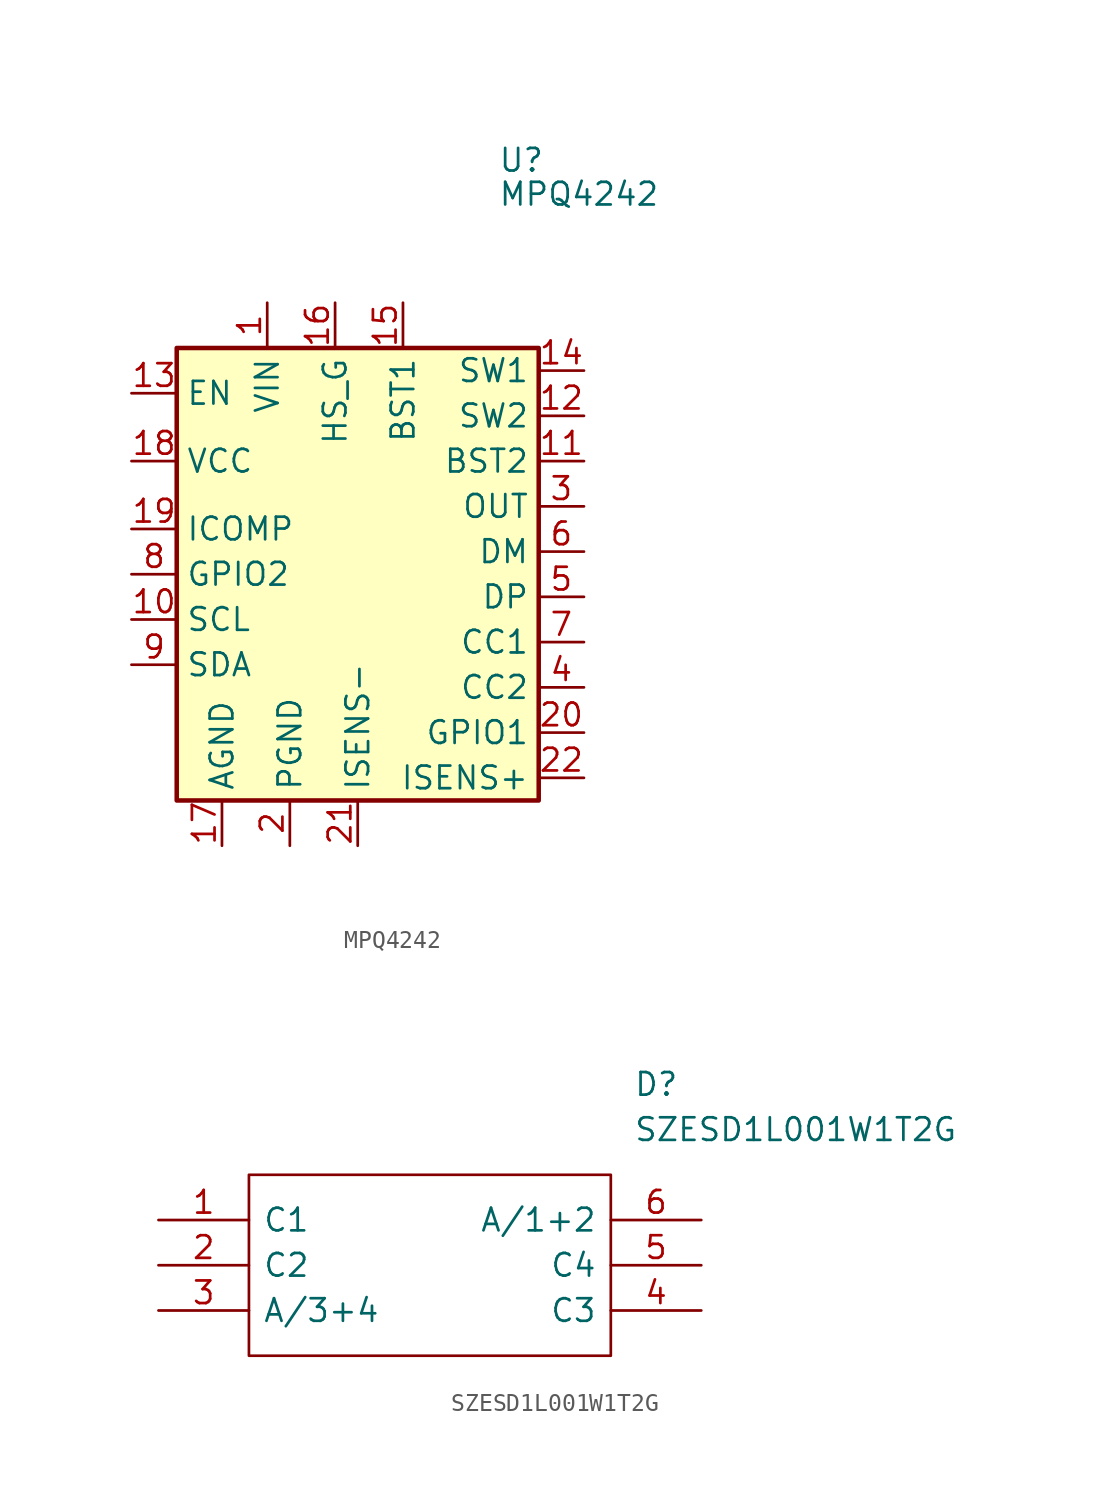
<source format=kicad_sym>
(kicad_symbol_lib
  (version 20231120)
  (generator "kicad_symbol_editor")
  (generator_version "8.0")
  (symbol "MPQ4242"
    (property "Reference" "U"
      (at 7.874 21.971 0)
      (effects (font (size 1.27 1.27)) (justify left)))
    (property "Value" "MPQ4242"
      (at 7.874 20.066 0)
      (effects (font (size 1.27 1.27)) (justify left)))
    (symbol "MPQ4242_0_1"
      (rectangle (start -10.16 11.43) (end 10.16 -13.97) (stroke (width 0.254) (type default)) (fill (type background))))
    (symbol "MPQ4242_1_1"
      (pin power_in line (at -5.08 13.97 270) (length 2.54) (name "VIN" (effects (font (size 1.27 1.27)))) (number "1" (effects (font (size 1.27 1.27)))))
      (pin passive line (at -12.7 -3.81 0) (length 2.54) (name "SCL" (effects (font (size 1.27 1.27)))) (number "10" (effects (font (size 1.27 1.27)))))
      (pin passive line (at 12.7 5.08 180) (length 2.54) (name "BST2" (effects (font (size 1.27 1.27)))) (number "11" (effects (font (size 1.27 1.27)))))
      (pin output line (at 12.7 7.62 180) (length 2.54) (name "SW2" (effects (font (size 1.27 1.27)))) (number "12" (effects (font (size 1.27 1.27)))))
      (pin passive line (at -12.7 8.89 0) (length 2.54) (name "EN" (effects (font (size 1.27 1.27)))) (number "13" (effects (font (size 1.27 1.27)))))
      (pin output line (at 12.7 10.16 180) (length 2.54) (name "SW1" (effects (font (size 1.27 1.27)))) (number "14" (effects (font (size 1.27 1.27)))))
      (pin passive line (at 2.54 13.97 270) (length 2.54) (name "BST1" (effects (font (size 1.27 1.27)))) (number "15" (effects (font (size 1.27 1.27)))))
      (pin passive line (at -1.27 13.97 270) (length 2.54) (name "HS_G" (effects (font (size 1.27 1.27)))) (number "16" (effects (font (size 1.27 1.27)))))
      (pin power_in line (at -7.62 -16.51 90) (length 2.54) (name "AGND" (effects (font (size 1.27 1.27)))) (number "17" (effects (font (size 1.27 1.27)))))
      (pin passive line (at -12.7 5.08 0) (length 2.54) (name "VCC" (effects (font (size 1.27 1.27)))) (number "18" (effects (font (size 1.27 1.27)))))
      (pin passive line (at -12.7 1.27 0) (length 2.54) (name "ICOMP" (effects (font (size 1.27 1.27)))) (number "19" (effects (font (size 1.27 1.27)))))
      (pin power_in line (at -3.81 -16.51 90) (length 2.54) (name "PGND" (effects (font (size 1.27 1.27)))) (number "2" (effects (font (size 1.27 1.27)))))
      (pin passive line (at 12.7 -10.16 180) (length 2.54) (name "GPIO1" (effects (font (size 1.27 1.27)))) (number "20" (effects (font (size 1.27 1.27)))))
      (pin passive line (at 0 -16.51 90) (length 2.54) (name "ISENS-" (effects (font (size 1.27 1.27)))) (number "21" (effects (font (size 1.27 1.27)))))
      (pin passive line (at 12.7 -12.7 180) (length 2.54) (name "ISENS+" (effects (font (size 1.27 1.27)))) (number "22" (effects (font (size 1.27 1.27)))))
      (pin output line (at 12.7 2.54 180) (length 2.54) (name "OUT" (effects (font (size 1.27 1.27)))) (number "3" (effects (font (size 1.27 1.27)))))
      (pin passive line (at 12.7 -7.62 180) (length 2.54) (name "CC2" (effects (font (size 1.27 1.27)))) (number "4" (effects (font (size 1.27 1.27)))))
      (pin passive line (at 12.7 -2.54 180) (length 2.54) (name "DP" (effects (font (size 1.27 1.27)))) (number "5" (effects (font (size 1.27 1.27)))))
      (pin passive line (at 12.7 0 180) (length 2.54) (name "DM" (effects (font (size 1.27 1.27)))) (number "6" (effects (font (size 1.27 1.27)))))
      (pin passive line (at 12.7 -5.08 180) (length 2.54) (name "CC1" (effects (font (size 1.27 1.27)))) (number "7" (effects (font (size 1.27 1.27)))))
      (pin passive line (at -12.7 -1.27 0) (length 2.54) (name "GPIO2" (effects (font (size 1.27 1.27)))) (number "8" (effects (font (size 1.27 1.27)))))
      (pin passive line (at -12.7 -6.35 0) (length 2.54) (name "SDA" (effects (font (size 1.27 1.27)))) (number "9" (effects (font (size 1.27 1.27)))))))
  (symbol "SZESD1L001W1T2G"
    (pin_names
      (offset 0.762))
    (property "Reference" "D"
      (at 26.67 7.62 0)
      (effects (font (size 1.27 1.27)) (justify left)))
    (property "Value" "SZESD1L001W1T2G"
      (at 26.67 5.08 0)
      (effects (font (size 1.27 1.27)) (justify left)))
    (symbol "SZESD1L001W1T2G_0_0"
      (pin passive line (at 0 0 0) (length 5.08) (name "C1" (effects (font (size 1.27 1.27)))) (number "1" (effects (font (size 1.27 1.27)))))
      (pin passive line (at 0 -2.54 0) (length 5.08) (name "C2" (effects (font (size 1.27 1.27)))) (number "2" (effects (font (size 1.27 1.27)))))
      (pin passive line (at 0 -5.08 0) (length 5.08) (name "A/3+4" (effects (font (size 1.27 1.27)))) (number "3" (effects (font (size 1.27 1.27)))))
      (pin passive line (at 30.48 -5.08 180) (length 5.08) (name "C3" (effects (font (size 1.27 1.27)))) (number "4" (effects (font (size 1.27 1.27)))))
      (pin passive line (at 30.48 -2.54 180) (length 5.08) (name "C4" (effects (font (size 1.27 1.27)))) (number "5" (effects (font (size 1.27 1.27)))))
      (pin passive line (at 30.48 0 180) (length 5.08) (name "A/1+2" (effects (font (size 1.27 1.27)))) (number "6" (effects (font (size 1.27 1.27))))))
    (symbol "SZESD1L001W1T2G_0_1"
      (polyline (pts (xy 5.08 2.54) (xy 25.4 2.54) (xy 25.4 -7.62) (xy 5.08 -7.62) (xy 5.08 2.54)) (stroke (width 0.152) (type solid)) (fill (type none))))))
</source>
